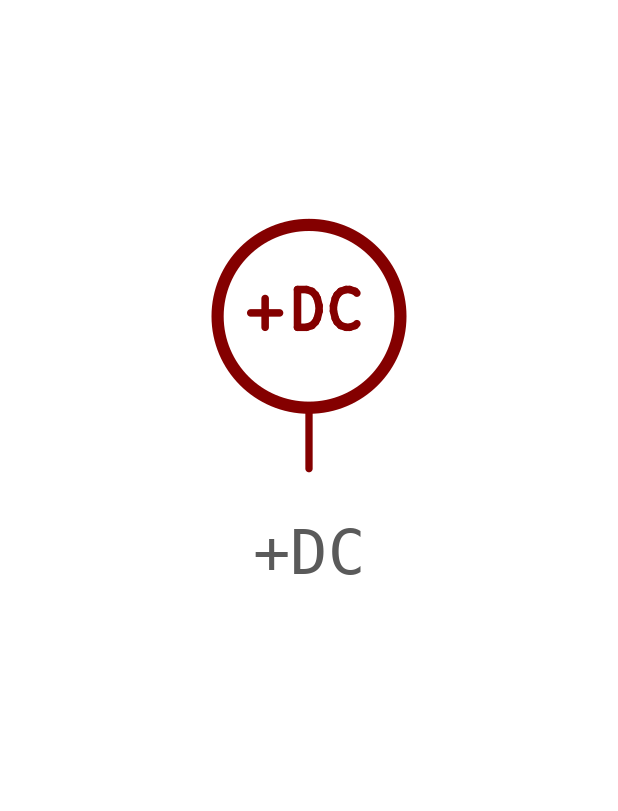
<source format=kicad_sym>
(kicad_symbol_lib
  (version 20220914)
  (generator kicad_symbol_editor)
  (symbol "+DC"
    (power)
    (pin_numbers hide)
    (pin_names
      (offset 0) hide)
    (property "Reference" "#PWR"
      (at 0 5.715 0)
      (effects (font (size 0.787 0.787)) hide))
    (symbol "+DC_0_0"
      (text "+DC" (at -0.127 3.302 0) (effects (font (size 0.787 0.787) bold))))
    (symbol "+DC_0_1"
      (polyline (pts (xy 0 0) (xy 0 1.27)) (stroke (width 0) (type solid)) (fill (type none)))
      (circle (center 0 3.175) (radius 1.905) (stroke (width 0.254) (type solid)) (fill (type none))))
    (symbol "+DC_1_1"
      (pin power_in line (at 0 0 90) (length 0) hide (name "+VDC" (effects (font (size 1.27 1.27)))) (number "1" (effects (font (size 1.27 1.27))))))))
</source>
